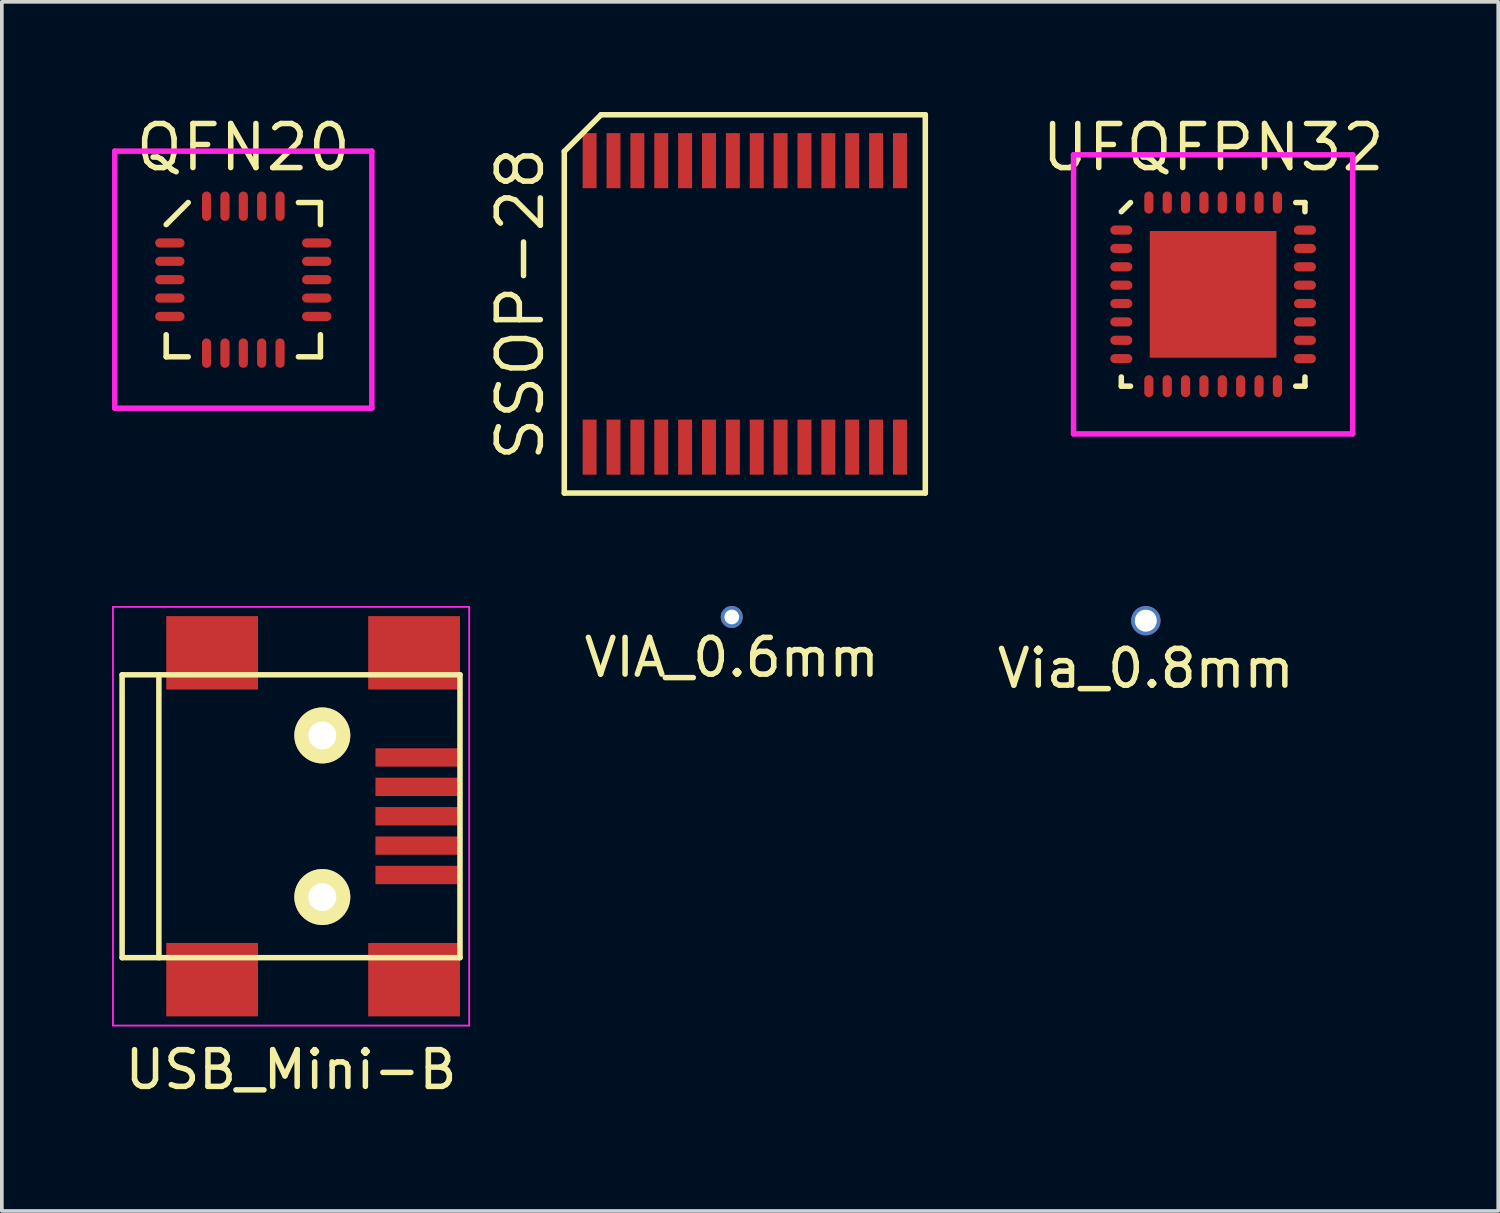
<source format=kicad_pcb>
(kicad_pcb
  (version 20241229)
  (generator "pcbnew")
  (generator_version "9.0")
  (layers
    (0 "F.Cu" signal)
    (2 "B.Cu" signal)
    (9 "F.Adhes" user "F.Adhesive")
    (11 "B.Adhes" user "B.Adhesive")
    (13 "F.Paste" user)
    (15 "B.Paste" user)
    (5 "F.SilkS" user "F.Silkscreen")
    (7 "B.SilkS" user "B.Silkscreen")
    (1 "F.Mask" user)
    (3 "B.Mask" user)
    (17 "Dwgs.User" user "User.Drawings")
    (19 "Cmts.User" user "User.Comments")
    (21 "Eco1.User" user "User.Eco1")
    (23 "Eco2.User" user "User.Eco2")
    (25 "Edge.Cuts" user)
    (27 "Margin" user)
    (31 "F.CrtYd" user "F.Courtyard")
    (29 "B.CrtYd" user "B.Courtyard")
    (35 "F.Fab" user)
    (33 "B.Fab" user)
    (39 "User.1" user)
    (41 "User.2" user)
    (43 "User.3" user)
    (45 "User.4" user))
  (footprint "Via_0.8mm"
    (layer "F.Cu")
    (at 28.149 13.85)
    (property "Reference" "Via_0.8mm" (at 0 1.3 0) (layer "F.SilkS") (effects (font (size 1 1) (thickness 0.15))))
    (attr through_hole)
    (pad "1" thru_hole circle (at 0 0) (size 0.8 0.8) (drill 0.6) (layers "*.Cu" "*.Mask")))
  (footprint "USB_Mini-B"
    (layer "F.Cu")
    (at 4.875 19.175)
    (property "Reference" "USB_Mini-B" (at 0 6.901 0) (layer "F.SilkS") (effects (font (size 1 1) (thickness 0.15))))
    (attr smd)
    (fp_line (start -4.6 -3.851) (end -4.6 3.851) (stroke (width 0.15) (type solid)) (layer "F.SilkS"))
    (fp_line (start -4.6 3.851) (end 4.6 3.851) (stroke (width 0.15) (type solid)) (layer "F.SilkS"))
    (fp_line (start -3.599 -3.851) (end -3.599 3.851) (stroke (width 0.15) (type solid)) (layer "F.SilkS"))
    (fp_line (start 4.6 -3.851) (end -4.6 -3.851) (stroke (width 0.15) (type solid)) (layer "F.SilkS"))
    (fp_line (start 4.6 3.851) (end 4.6 -3.851) (stroke (width 0.15) (type solid)) (layer "F.SilkS"))
    (fp_line (start -4.85 -5.7) (end 4.85 -5.7) (stroke (width 0.05) (type solid)) (layer "F.CrtYd"))
    (fp_line (start -4.85 5.7) (end -4.85 -5.7) (stroke (width 0.05) (type solid)) (layer "F.CrtYd"))
    (fp_line (start 4.85 -5.7) (end 4.85 5.7) (stroke (width 0.05) (type solid)) (layer "F.CrtYd"))
    (fp_line (start 4.85 5.7) (end -4.85 5.7) (stroke (width 0.05) (type solid)) (layer "F.CrtYd"))
    (pad "1" smd rect (at 3.449 -1.6) (size 2.301 0.5) (layers "F.Cu" "F.Mask" "F.Paste"))
    (pad "2" smd rect (at 3.449 -0.8) (size 2.301 0.5) (layers "F.Cu" "F.Mask" "F.Paste"))
    (pad "3" smd rect (at 3.449 0) (size 2.301 0.5) (layers "F.Cu" "F.Mask" "F.Paste"))
    (pad "4" smd rect (at 3.449 0.8) (size 2.301 0.5) (layers "F.Cu" "F.Mask" "F.Paste"))
    (pad "5" smd rect (at 3.449 1.6) (size 2.301 0.5) (layers "F.Cu" "F.Mask" "F.Paste"))
    (pad "6" smd rect (at -2.149 -4.45) (size 2.499 1.999) (layers "F.Cu" "F.Mask" "F.Paste"))
    (pad "6" smd rect (at -2.149 4.45) (size 2.499 1.999) (layers "F.Cu" "F.Mask" "F.Paste"))
    (pad "6" thru_hole circle (at 0.851 -2.2) (size 1.524 1.524) (drill 0.762) (layers "*.Cu" "*.Mask" "F.SilkS"))
    (pad "6" thru_hole circle (at 0.851 2.2) (size 1.524 1.524) (drill 0.762) (layers "*.Cu" "*.Mask" "F.SilkS"))
    (pad "6" smd rect (at 3.35 -4.45) (size 2.499 1.999) (layers "F.Cu" "F.Mask" "F.Paste"))
    (pad "6" smd rect (at 3.35 4.45) (size 2.499 1.999) (layers "F.Cu" "F.Mask" "F.Paste")))
  (footprint "SSOP-28"
    (layer "F.Cu")
    (at 17.23 5.225)
    (property "Reference" "SSOP-28" (at -6.115 0 90) (layer "F.SilkS") (effects (font (size 1.2 1.2) (thickness 0.15))))
    (attr through_hole)
    (fp_line (start -4.915 -4.15) (end -4.915 5.15) (stroke (width 0.15) (type solid)) (layer "F.SilkS"))
    (fp_line (start -4.915 5.15) (end 4.915 5.15) (stroke (width 0.15) (type solid)) (layer "F.SilkS"))
    (fp_line (start -3.915 -5.15) (end -4.915 -4.15) (stroke (width 0.15) (type solid)) (layer "F.SilkS"))
    (fp_line (start 4.915 -5.15) (end -3.915 -5.15) (stroke (width 0.15) (type solid)) (layer "F.SilkS"))
    (fp_line (start 4.915 5.15) (end 4.915 -5.15) (stroke (width 0.15) (type solid)) (layer "F.SilkS"))
    (pad "1" smd rect (at -4.225 3.9) (size 0.38 1.5) (layers "F.Cu" "F.Mask" "F.Paste"))
    (pad "2" smd rect (at -3.575 3.9) (size 0.38 1.5) (layers "F.Cu" "F.Mask" "F.Paste"))
    (pad "3" smd rect (at -2.925 3.9) (size 0.38 1.5) (layers "F.Cu" "F.Mask" "F.Paste"))
    (pad "4" smd rect (at -2.275 3.9) (size 0.38 1.5) (layers "F.Cu" "F.Mask" "F.Paste"))
    (pad "5" smd rect (at -1.625 3.9) (size 0.38 1.5) (layers "F.Cu" "F.Mask" "F.Paste"))
    (pad "6" smd rect (at -0.975 3.9) (size 0.38 1.5) (layers "F.Cu" "F.Mask" "F.Paste"))
    (pad "7" smd rect (at -0.325 3.9) (size 0.38 1.5) (layers "F.Cu" "F.Mask" "F.Paste"))
    (pad "8" smd rect (at 0.325 3.9) (size 0.38 1.5) (layers "F.Cu" "F.Mask" "F.Paste"))
    (pad "9" smd rect (at 0.975 3.9) (size 0.38 1.5) (layers "F.Cu" "F.Mask" "F.Paste"))
    (pad "10" smd rect (at 1.625 3.9) (size 0.38 1.5) (layers "F.Cu" "F.Mask" "F.Paste"))
    (pad "11" smd rect (at 2.275 3.9) (size 0.38 1.5) (layers "F.Cu" "F.Mask" "F.Paste"))
    (pad "12" smd rect (at 2.925 3.9) (size 0.38 1.5) (layers "F.Cu" "F.Mask" "F.Paste"))
    (pad "13" smd rect (at 3.575 3.9) (size 0.38 1.5) (layers "F.Cu" "F.Mask" "F.Paste"))
    (pad "14" smd rect (at 4.225 3.9) (size 0.38 1.5) (layers "F.Cu" "F.Mask" "F.Paste"))
    (pad "15" smd rect (at 4.225 -3.9) (size 0.38 1.5) (layers "F.Cu" "F.Mask" "F.Paste"))
    (pad "16" smd rect (at 3.575 -3.9) (size 0.38 1.5) (layers "F.Cu" "F.Mask" "F.Paste"))
    (pad "17" smd rect (at 2.925 -3.9) (size 0.38 1.5) (layers "F.Cu" "F.Mask" "F.Paste"))
    (pad "18" smd rect (at 2.275 -3.9) (size 0.38 1.5) (layers "F.Cu" "F.Mask" "F.Paste"))
    (pad "19" smd rect (at 1.625 -3.9) (size 0.38 1.5) (layers "F.Cu" "F.Mask" "F.Paste"))
    (pad "20" smd rect (at 0.975 -3.9) (size 0.38 1.5) (layers "F.Cu" "F.Mask" "F.Paste"))
    (pad "21" smd rect (at 0.325 -3.9) (size 0.38 1.5) (layers "F.Cu" "F.Mask" "F.Paste"))
    (pad "22" smd rect (at -0.325 -3.9) (size 0.38 1.5) (layers "F.Cu" "F.Mask" "F.Paste"))
    (pad "23" smd rect (at -0.975 -3.9) (size 0.38 1.5) (layers "F.Cu" "F.Mask" "F.Paste"))
    (pad "24" smd rect (at -1.625 -3.9) (size 0.38 1.5) (layers "F.Cu" "F.Mask" "F.Paste"))
    (pad "25" smd rect (at -2.275 -3.9) (size 0.38 1.5) (layers "F.Cu" "F.Mask" "F.Paste"))
    (pad "26" smd rect (at -2.925 -3.9) (size 0.38 1.5) (layers "F.Cu" "F.Mask" "F.Paste"))
    (pad "27" smd rect (at -3.575 -3.9) (size 0.38 1.5) (layers "F.Cu" "F.Mask" "F.Paste"))
    (pad "28" smd rect (at -4.225 -3.9) (size 0.38 1.5) (layers "F.Cu" "F.Mask" "F.Paste")))
  (footprint "QFN20"
    (layer "F.Cu")
    (at 3.575 4.565)
    (property "Reference" "QFN20" (at 0 -3.6 0) (layer "F.SilkS") (effects (font (size 1.2 1.2) (thickness 0.15))))
    (attr through_hole)
    (fp_line (start -2.1 -1.5) (end -1.5 -2.1) (stroke (width 0.15) (type solid)) (layer "F.SilkS"))
    (fp_line (start -2.1 2.1) (end -2.1 1.5) (stroke (width 0.15) (type solid)) (layer "F.SilkS"))
    (fp_line (start -1.5 2.1) (end -2.1 2.1) (stroke (width 0.15) (type solid)) (layer "F.SilkS"))
    (fp_line (start 1.5 -2.1) (end 2.1 -2.1) (stroke (width 0.15) (type solid)) (layer "F.SilkS"))
    (fp_line (start 1.5 2.1) (end 2.1 2.1) (stroke (width 0.15) (type solid)) (layer "F.SilkS"))
    (fp_line (start 2.1 -2.1) (end 2.1 -1.5) (stroke (width 0.15) (type solid)) (layer "F.SilkS"))
    (fp_line (start 2.1 2.1) (end 2.1 1.5) (stroke (width 0.15) (type solid)) (layer "F.SilkS"))
    (fp_line (start -3.5 -3.5) (end 3.5 -3.5) (stroke (width 0.15) (type solid)) (layer "F.CrtYd"))
    (fp_line (start -3.5 3.5) (end -3.5 -3.5) (stroke (width 0.15) (type solid)) (layer "F.CrtYd"))
    (fp_line (start 3.5 -3.5) (end 3.5 3.5) (stroke (width 0.15) (type solid)) (layer "F.CrtYd"))
    (fp_line (start 3.5 3.5) (end -3.5 3.5) (stroke (width 0.15) (type solid)) (layer "F.CrtYd"))
    (pad "1" smd oval (at -2 -1 90) (size 0.25 0.8) (layers "F.Cu" "F.Mask" "F.Paste"))
    (pad "2" smd oval (at -2 -0.5 90) (size 0.25 0.8) (layers "F.Cu" "F.Mask" "F.Paste"))
    (pad "3" smd oval (at -2 0 90) (size 0.25 0.8) (layers "F.Cu" "F.Mask" "F.Paste"))
    (pad "4" smd oval (at -2 0.5 90) (size 0.25 0.8) (layers "F.Cu" "F.Mask" "F.Paste"))
    (pad "5" smd oval (at -2 1 90) (size 0.25 0.8) (layers "F.Cu" "F.Mask" "F.Paste"))
    (pad "6" smd oval (at -1 2) (size 0.25 0.8) (layers "F.Cu" "F.Mask" "F.Paste"))
    (pad "7" smd oval (at -0.5 2) (size 0.25 0.8) (layers "F.Cu" "F.Mask" "F.Paste"))
    (pad "8" smd oval (at 0 2) (size 0.25 0.8) (layers "F.Cu" "F.Mask" "F.Paste"))
    (pad "9" smd oval (at 0.5 2) (size 0.25 0.8) (layers "F.Cu" "F.Mask" "F.Paste"))
    (pad "10" smd oval (at 1 2) (size 0.25 0.8) (layers "F.Cu" "F.Mask" "F.Paste"))
    (pad "11" smd oval (at 2 1 90) (size 0.25 0.8) (layers "F.Cu" "F.Mask" "F.Paste"))
    (pad "12" smd oval (at 2 0.5 90) (size 0.25 0.8) (layers "F.Cu" "F.Mask" "F.Paste"))
    (pad "13" smd oval (at 2 0 90) (size 0.25 0.8) (layers "F.Cu" "F.Mask" "F.Paste"))
    (pad "14" smd oval (at 2 -0.5 90) (size 0.25 0.8) (layers "F.Cu" "F.Mask" "F.Paste"))
    (pad "15" smd oval (at 2 -1 90) (size 0.25 0.8) (layers "F.Cu" "F.Mask" "F.Paste"))
    (pad "16" smd oval (at 1 -2) (size 0.25 0.8) (layers "F.Cu" "F.Mask" "F.Paste"))
    (pad "17" smd oval (at 0.5 -2) (size 0.25 0.8) (layers "F.Cu" "F.Mask" "F.Paste"))
    (pad "18" smd oval (at 0 -2) (size 0.25 0.8) (layers "F.Cu" "F.Mask" "F.Paste"))
    (pad "19" smd oval (at -0.5 -2) (size 0.25 0.8) (layers "F.Cu" "F.Mask" "F.Paste"))
    (pad "20" smd oval (at -1 -2) (size 0.25 0.8) (layers "F.Cu" "F.Mask" "F.Paste")))
  (footprint "UFQFPN32"
    (layer "F.Cu")
    (at 29.982 4.965)
    (property "Reference" "UFQFPN32" (at 0 -4 0) (layer "F.SilkS") (effects (font (size 1.2 1.2) (thickness 0.15))))
    (attr through_hole)
    (fp_line (start -2.5 -2.25) (end -2.25 -2.5) (stroke (width 0.15) (type solid)) (layer "F.SilkS"))
    (fp_line (start -2.5 2.5) (end -2.5 2.25) (stroke (width 0.15) (type solid)) (layer "F.SilkS"))
    (fp_line (start -2.25 2.5) (end -2.5 2.5) (stroke (width 0.15) (type solid)) (layer "F.SilkS"))
    (fp_line (start 2.25 -2.5) (end 2.5 -2.5) (stroke (width 0.15) (type solid)) (layer "F.SilkS"))
    (fp_line (start 2.25 2.5) (end 2.5 2.5) (stroke (width 0.15) (type solid)) (layer "F.SilkS"))
    (fp_line (start 2.5 -2.5) (end 2.5 -2.25) (stroke (width 0.15) (type solid)) (layer "F.SilkS"))
    (fp_line (start 2.5 2.5) (end 2.5 2.25) (stroke (width 0.15) (type solid)) (layer "F.SilkS"))
    (fp_line (start -3.8 -3.8) (end 3.8 -3.8) (stroke (width 0.15) (type solid)) (layer "F.CrtYd"))
    (fp_line (start -3.8 3.8) (end -3.8 -3.8) (stroke (width 0.15) (type solid)) (layer "F.CrtYd"))
    (fp_line (start 3.8 -3.8) (end 3.8 3.8) (stroke (width 0.15) (type solid)) (layer "F.CrtYd"))
    (fp_line (start 3.8 3.8) (end -3.8 3.8) (stroke (width 0.15) (type solid)) (layer "F.CrtYd"))
    (pad "0" smd rect (at 0 0) (size 3.45 3.45) (layers "F.Cu" "F.Mask" "F.Paste"))
    (pad "1" smd oval (at -2.5 -1.75 90) (size 0.25 0.6) (layers "F.Cu" "F.Mask" "F.Paste"))
    (pad "2" smd oval (at -2.5 -1.25 90) (size 0.25 0.6) (layers "F.Cu" "F.Mask" "F.Paste"))
    (pad "3" smd oval (at -2.5 -0.75 90) (size 0.25 0.6) (layers "F.Cu" "F.Mask" "F.Paste"))
    (pad "4" smd oval (at -2.5 -0.25 90) (size 0.25 0.6) (layers "F.Cu" "F.Mask" "F.Paste"))
    (pad "5" smd oval (at -2.5 0.25 90) (size 0.25 0.6) (layers "F.Cu" "F.Mask" "F.Paste"))
    (pad "6" smd oval (at -2.5 0.75 90) (size 0.25 0.6) (layers "F.Cu" "F.Mask" "F.Paste"))
    (pad "7" smd oval (at -2.5 1.25 90) (size 0.25 0.6) (layers "F.Cu" "F.Mask" "F.Paste"))
    (pad "8" smd oval (at -2.5 1.75 90) (size 0.25 0.6) (layers "F.Cu" "F.Mask" "F.Paste"))
    (pad "9" smd oval (at -1.75 2.5) (size 0.25 0.6) (layers "F.Cu" "F.Mask" "F.Paste"))
    (pad "10" smd oval (at -1.25 2.5) (size 0.25 0.6) (layers "F.Cu" "F.Mask" "F.Paste"))
    (pad "11" smd oval (at -0.75 2.5) (size 0.25 0.6) (layers "F.Cu" "F.Mask" "F.Paste"))
    (pad "12" smd oval (at -0.25 2.5) (size 0.25 0.6) (layers "F.Cu" "F.Mask" "F.Paste"))
    (pad "13" smd oval (at 0.25 2.5) (size 0.25 0.6) (layers "F.Cu" "F.Mask" "F.Paste"))
    (pad "14" smd oval (at 0.75 2.5) (size 0.25 0.6) (layers "F.Cu" "F.Mask" "F.Paste"))
    (pad "15" smd oval (at 1.25 2.5) (size 0.25 0.6) (layers "F.Cu" "F.Mask" "F.Paste"))
    (pad "16" smd oval (at 1.75 2.5) (size 0.25 0.6) (layers "F.Cu" "F.Mask" "F.Paste"))
    (pad "17" smd oval (at 2.5 1.75 90) (size 0.25 0.6) (layers "F.Cu" "F.Mask" "F.Paste"))
    (pad "18" smd oval (at 2.5 1.25 90) (size 0.25 0.6) (layers "F.Cu" "F.Mask" "F.Paste"))
    (pad "19" smd oval (at 2.5 0.75 90) (size 0.25 0.6) (layers "F.Cu" "F.Mask" "F.Paste"))
    (pad "20" smd oval (at 2.5 0.25 90) (size 0.25 0.6) (layers "F.Cu" "F.Mask" "F.Paste"))
    (pad "21" smd oval (at 2.5 -0.25 90) (size 0.25 0.6) (layers "F.Cu" "F.Mask" "F.Paste"))
    (pad "22" smd oval (at 2.5 -0.75 90) (size 0.25 0.6) (layers "F.Cu" "F.Mask" "F.Paste"))
    (pad "23" smd oval (at 2.5 -1.25 90) (size 0.25 0.6) (layers "F.Cu" "F.Mask" "F.Paste"))
    (pad "24" smd oval (at 2.5 -1.75 90) (size 0.25 0.6) (layers "F.Cu" "F.Mask" "F.Paste"))
    (pad "25" smd oval (at 1.75 -2.5) (size 0.25 0.6) (layers "F.Cu" "F.Mask" "F.Paste"))
    (pad "26" smd oval (at 1.25 -2.5) (size 0.25 0.6) (layers "F.Cu" "F.Mask" "F.Paste"))
    (pad "27" smd oval (at 0.75 -2.5) (size 0.25 0.6) (layers "F.Cu" "F.Mask" "F.Paste"))
    (pad "28" smd oval (at 0.25 -2.5) (size 0.25 0.6) (layers "F.Cu" "F.Mask" "F.Paste"))
    (pad "29" smd oval (at -0.25 -2.5) (size 0.25 0.6) (layers "F.Cu" "F.Mask" "F.Paste"))
    (pad "30" smd oval (at -0.75 -2.5) (size 0.25 0.6) (layers "F.Cu" "F.Mask" "F.Paste"))
    (pad "31" smd oval (at -1.25 -2.5) (size 0.25 0.6) (layers "F.Cu" "F.Mask" "F.Paste"))
    (pad "32" smd oval (at -1.75 -2.5) (size 0.25 0.6) (layers "F.Cu" "F.Mask" "F.Paste")))
  (footprint "VIA_0.6mm"
    (layer "F.Cu")
    (at 16.875 13.75)
    (property "Reference" "VIA_0.6mm" (at 0 1.1 0) (layer "F.SilkS") (effects (font (size 1 1) (thickness 0.15))))
    (attr through_hole)
    (pad "1" thru_hole circle (at 0 0) (size 0.6 0.6) (drill 0.4) (layers "*.Cu")))
  (gr_rect
    (start -3 -3)
    (end 37.745 29.924)
    (stroke (width 0.1) (type default))
    (fill no)
    (layer "Edge.Cuts")))
</source>
